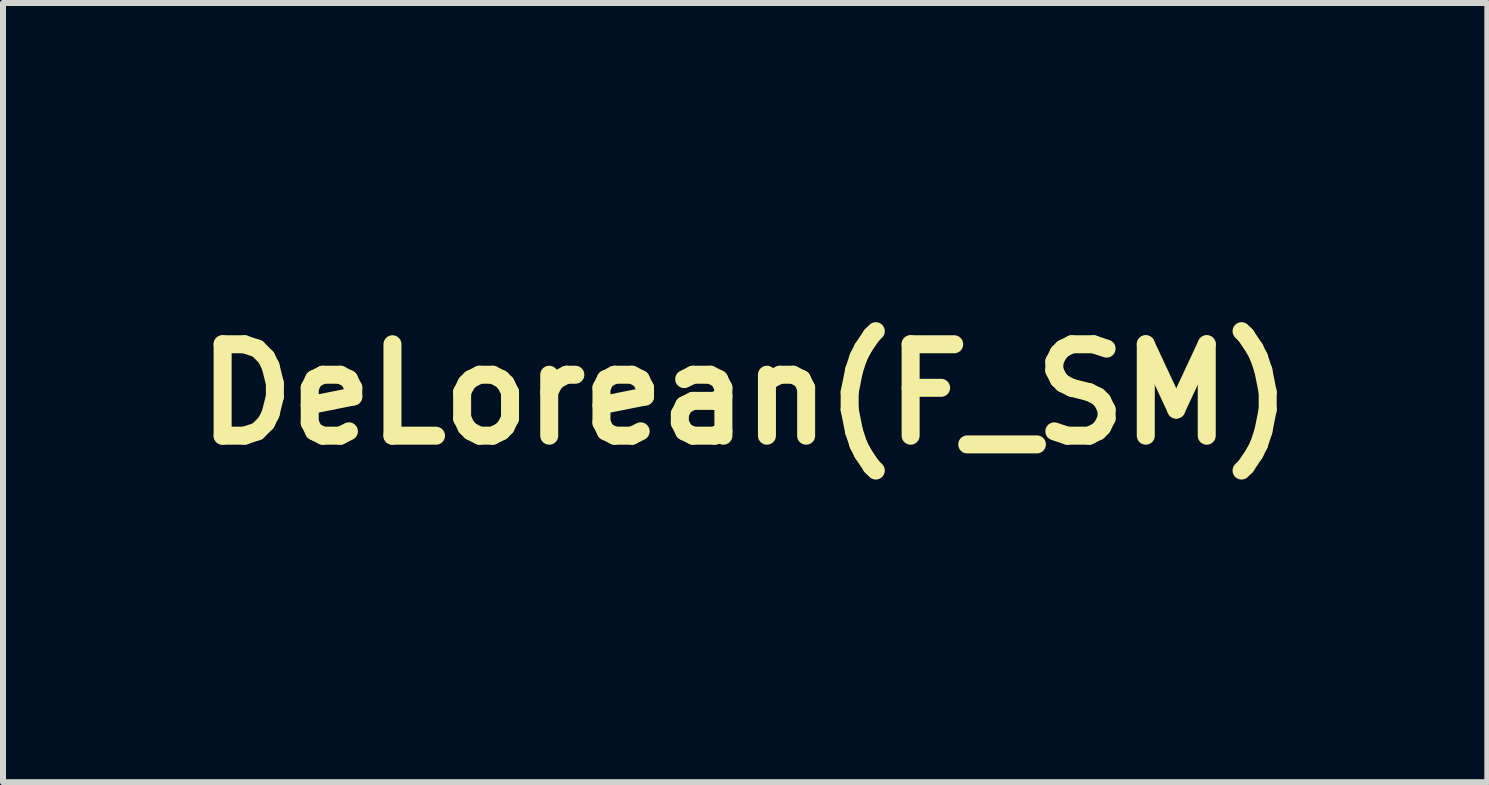
<source format=kicad_pcb>
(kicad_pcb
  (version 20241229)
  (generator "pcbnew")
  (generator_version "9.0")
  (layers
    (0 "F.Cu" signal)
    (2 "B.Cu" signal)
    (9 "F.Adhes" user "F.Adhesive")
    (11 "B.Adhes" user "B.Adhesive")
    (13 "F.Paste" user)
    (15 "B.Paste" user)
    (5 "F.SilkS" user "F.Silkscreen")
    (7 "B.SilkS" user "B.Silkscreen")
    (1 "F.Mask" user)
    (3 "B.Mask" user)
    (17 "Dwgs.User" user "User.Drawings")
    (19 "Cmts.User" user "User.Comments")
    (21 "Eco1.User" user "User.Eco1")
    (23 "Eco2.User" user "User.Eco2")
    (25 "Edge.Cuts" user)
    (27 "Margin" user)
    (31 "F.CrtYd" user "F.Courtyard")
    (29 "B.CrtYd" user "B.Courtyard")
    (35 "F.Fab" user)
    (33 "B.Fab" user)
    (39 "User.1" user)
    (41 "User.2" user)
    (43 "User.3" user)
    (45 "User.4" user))
  (footprint "DeLorean(F_SM)"
    (layer "F.Cu")
    (at 9.369 3.522)
    (property "Reference" "DeLorean(F_SM)" (at 0 0 0) (layer "F.SilkS") (effects (font (size 1.524 1.524) (thickness 0.3))))
    (attr through_hole)
    (fp_poly (pts (xy 3.366 -2.135) (xy 3.386 -2.103) (xy 3.388 -2.067) (xy 3.372 -2.031) (xy 3.37 -2.028) (xy 3.349 -2.003) (xy 2.18 -2.003) (xy 2.16 -2.028) (xy 2.142 -2.064) (xy 2.143 -2.1) (xy 2.161 -2.133) (xy 2.163 -2.135) (xy 2.187 -2.159) (xy 3.342 -2.159) (xy 3.366 -2.135)) (stroke (width 0.01) (type solid)) (fill yes) (layer "F.Mask"))
    (fp_poly (pts (xy -1.32 -1.381) (xy -1.302 -1.345) (xy -1.303 -1.309) (xy -1.321 -1.277) (xy -1.323 -1.274) (xy -1.347 -1.25) (xy -2.406 -1.25) (xy -2.573 -1.25) (xy -2.721 -1.25) (xy -2.852 -1.251) (xy -2.967 -1.251) (xy -3.066 -1.251) (xy -3.152 -1.251) (xy -3.224 -1.252) (xy -3.285 -1.252) (xy -3.336 -1.253) (xy -3.376 -1.254) (xy -3.409 -1.255) (xy -3.433 -1.256) (xy -3.452 -1.258) (xy -3.466 -1.26) (xy -3.475 -1.262) (xy -3.482 -1.265) (xy -3.487 -1.268) (xy -3.491 -1.271) (xy -3.512 -1.298) (xy -3.518 -1.332) (xy -3.509 -1.366) (xy -3.494 -1.386) (xy -3.472 -1.407) (xy -1.34 -1.407) (xy -1.32 -1.381)) (stroke (width 0.01) (type solid)) (fill yes) (layer "F.Mask"))
    (fp_poly (pts (xy -1.698 0.902) (xy -1.638 0.904) (xy -1.579 0.907) (xy -1.526 0.91) (xy -1.482 0.915) (xy -1.452 0.92) (xy -1.44 0.924) (xy -1.419 0.947) (xy -1.411 0.978) (xy -1.415 1.011) (xy -1.432 1.039) (xy -1.452 1.054) (xy -1.472 1.058) (xy -1.51 1.061) (xy -1.567 1.063) (xy -1.641 1.065) (xy -1.699 1.065) (xy -1.771 1.065) (xy -1.826 1.064) (xy -1.867 1.063) (xy -1.896 1.062) (xy -1.916 1.059) (xy -1.93 1.055) (xy -1.94 1.05) (xy -1.948 1.045) (xy -1.966 1.024) (xy -1.973 0.998) (xy -1.973 0.986) (xy -1.97 0.955) (xy -1.958 0.933) (xy -1.935 0.918) (xy -1.898 0.909) (xy -1.857 0.905) (xy -1.812 0.902) (xy -1.758 0.902) (xy -1.698 0.902)) (stroke (width 0.01) (type solid)) (fill yes) (layer "F.Mask"))
    (fp_poly (pts (xy -2.501 -2.323) (xy -2.463 -2.323) (xy -2.44 -2.321) (xy -2.435 -2.32) (xy -2.403 -2.304) (xy -2.382 -2.277) (xy -2.373 -2.244) (xy -2.377 -2.211) (xy -2.396 -2.182) (xy -2.4 -2.179) (xy -2.409 -2.173) (xy -2.42 -2.168) (xy -2.435 -2.164) (xy -2.456 -2.162) (xy -2.487 -2.16) (xy -2.531 -2.159) (xy -2.588 -2.159) (xy -2.653 -2.159) (xy -2.726 -2.159) (xy -2.781 -2.159) (xy -2.822 -2.16) (xy -2.852 -2.162) (xy -2.872 -2.164) (xy -2.886 -2.168) (xy -2.896 -2.173) (xy -2.905 -2.18) (xy -2.908 -2.182) (xy -2.929 -2.212) (xy -2.935 -2.248) (xy -2.925 -2.282) (xy -2.913 -2.298) (xy -2.905 -2.306) (xy -2.896 -2.311) (xy -2.882 -2.315) (xy -2.862 -2.318) (xy -2.833 -2.32) (xy -2.792 -2.321) (xy -2.736 -2.322) (xy -2.674 -2.323) (xy -2.61 -2.324) (xy -2.551 -2.324) (xy -2.501 -2.323)) (stroke (width 0.01) (type solid)) (fill yes) (layer "F.Mask"))
    (fp_poly (pts (xy 0.427 -0.625) (xy 0.503 -0.624) (xy 0.562 -0.623) (xy 0.608 -0.619) (xy 0.642 -0.614) (xy 0.665 -0.606) (xy 0.68 -0.595) (xy 0.689 -0.58) (xy 0.693 -0.562) (xy 0.694 -0.539) (xy 0.694 -0.532) (xy 0.687 -0.501) (xy 0.668 -0.479) (xy 0.66 -0.474) (xy 0.651 -0.469) (xy 0.639 -0.466) (xy 0.621 -0.463) (xy 0.595 -0.462) (xy 0.56 -0.46) (xy 0.512 -0.46) (xy 0.451 -0.459) (xy 0.373 -0.459) (xy 0.322 -0.459) (xy 0.234 -0.459) (xy 0.164 -0.459) (xy 0.109 -0.46) (xy 0.068 -0.461) (xy 0.037 -0.462) (xy 0.015 -0.464) (xy 0.000381 -0.467) (xy -0.01 -0.471) (xy -0.017 -0.476) (xy -0.024 -0.481) (xy -0.043 -0.504) (xy -0.054 -0.528) (xy -0.052 -0.559) (xy -0.035 -0.589) (xy -0.009 -0.612) (xy 0.01 -0.619) (xy 0.028 -0.621) (xy 0.062 -0.622) (xy 0.11 -0.623) (xy 0.17 -0.624) (xy 0.238 -0.625) (xy 0.313 -0.625) (xy 0.334 -0.625) (xy 0.427 -0.625)) (stroke (width 0.01) (type solid)) (fill yes) (layer "F.Mask"))
    (fp_poly (pts (xy -3.308 2.109) (xy -3.298 2.119) (xy -3.292 2.128) (xy -3.287 2.141) (xy -3.285 2.161) (xy -3.283 2.191) (xy -3.283 2.234) (xy -3.282 2.293) (xy -3.282 2.296) (xy -3.282 2.352) (xy -3.282 2.397) (xy -3.284 2.432) (xy -3.291 2.458) (xy -3.304 2.477) (xy -3.325 2.489) (xy -3.356 2.497) (xy -3.399 2.5) (xy -3.456 2.501) (xy -3.53 2.501) (xy -3.602 2.501) (xy -3.877 2.501) (xy -3.897 2.475) (xy -3.905 2.464) (xy -3.91 2.451) (xy -3.914 2.432) (xy -3.916 2.404) (xy -3.917 2.365) (xy -3.917 2.31) (xy -3.917 2.295) (xy -3.917 2.247) (xy -3.761 2.247) (xy -3.761 2.289) (xy -3.76 2.317) (xy -3.756 2.335) (xy -3.754 2.338) (xy -3.743 2.34) (xy -3.715 2.342) (xy -3.675 2.343) (xy -3.626 2.343) (xy -3.596 2.342) (xy -3.444 2.34) (xy -3.441 2.293) (xy -3.438 2.247) (xy -3.761 2.247) (xy -3.917 2.247) (xy -3.917 2.237) (xy -3.917 2.195) (xy -3.915 2.165) (xy -3.912 2.145) (xy -3.907 2.131) (xy -3.9 2.12) (xy -3.894 2.113) (xy -3.87 2.086) (xy -3.333 2.086) (xy -3.308 2.109)) (stroke (width 0.01) (type solid)) (fill yes) (layer "F.Mask"))
    (fp_poly (pts (xy 2.742 2.258) (xy 2.79 2.271) (xy 2.853 2.295) (xy 2.904 2.323) (xy 2.949 2.357) (xy 2.981 2.388) (xy 3.04 2.461) (xy 3.082 2.541) (xy 3.107 2.626) (xy 3.116 2.713) (xy 3.107 2.801) (xy 3.082 2.886) (xy 3.039 2.966) (xy 2.98 3.039) (xy 2.976 3.043) (xy 2.909 3.1) (xy 2.841 3.14) (xy 2.766 3.166) (xy 2.748 3.17) (xy 2.68 3.181) (xy 2.619 3.182) (xy 2.56 3.174) (xy 2.478 3.149) (xy 2.401 3.107) (xy 2.33 3.051) (xy 2.272 2.984) (xy 2.235 2.924) (xy 2.2 2.834) (xy 2.184 2.742) (xy 2.185 2.694) (xy 2.349 2.694) (xy 2.35 2.754) (xy 2.36 2.809) (xy 2.373 2.843) (xy 2.416 2.907) (xy 2.473 2.96) (xy 2.538 2.998) (xy 2.569 3.01) (xy 2.611 3.017) (xy 2.662 3.017) (xy 2.714 3.011) (xy 2.741 3.004) (xy 2.8 2.977) (xy 2.855 2.936) (xy 2.901 2.885) (xy 2.914 2.864) (xy 2.932 2.829) (xy 2.942 2.795) (xy 2.947 2.753) (xy 2.948 2.735) (xy 2.948 2.666) (xy 2.936 2.609) (xy 2.912 2.558) (xy 2.872 2.51) (xy 2.863 2.5) (xy 2.814 2.458) (xy 2.764 2.431) (xy 2.707 2.417) (xy 2.642 2.413) (xy 2.567 2.422) (xy 2.498 2.449) (xy 2.439 2.492) (xy 2.392 2.549) (xy 2.37 2.588) (xy 2.355 2.637) (xy 2.349 2.694) (xy 2.185 2.694) (xy 2.186 2.652) (xy 2.207 2.565) (xy 2.246 2.482) (xy 2.302 2.406) (xy 2.32 2.387) (xy 2.394 2.326) (xy 2.475 2.282) (xy 2.561 2.255) (xy 2.651 2.247) (xy 2.742 2.258)) (stroke (width 0.01) (type solid)) (fill yes) (layer "F.Mask"))
    (fp_poly (pts (xy -2.473 2.35) (xy -2.439 2.352) (xy -2.411 2.357) (xy -2.385 2.366) (xy -2.354 2.38) (xy -2.352 2.381) (xy -2.273 2.428) (xy -2.209 2.489) (xy -2.159 2.561) (xy -2.148 2.582) (xy -2.133 2.615) (xy -2.123 2.642) (xy -2.118 2.669) (xy -2.116 2.702) (xy -2.115 2.747) (xy -2.115 2.755) (xy -2.115 2.802) (xy -2.117 2.836) (xy -2.122 2.863) (xy -2.131 2.888) (xy -2.145 2.92) (xy -2.152 2.933) (xy -2.199 3.009) (xy -2.26 3.071) (xy -2.336 3.121) (xy -2.354 3.13) (xy -2.391 3.145) (xy -2.423 3.155) (xy -2.46 3.16) (xy -2.506 3.162) (xy -2.561 3.162) (xy -2.607 3.158) (xy -2.633 3.152) (xy -2.718 3.114) (xy -2.792 3.06) (xy -2.853 2.992) (xy -2.892 2.926) (xy -2.908 2.894) (xy -2.917 2.868) (xy -2.923 2.842) (xy -2.925 2.81) (xy -2.926 2.766) (xy -2.926 2.755) (xy -2.926 2.754) (xy -2.764 2.754) (xy -2.757 2.821) (xy -2.736 2.878) (xy -2.698 2.927) (xy -2.696 2.93) (xy -2.653 2.966) (xy -2.607 2.987) (xy -2.553 2.997) (xy -2.51 2.997) (xy -2.467 2.994) (xy -2.436 2.988) (xy -2.408 2.976) (xy -2.388 2.965) (xy -2.344 2.929) (xy -2.307 2.881) (xy -2.281 2.828) (xy -2.273 2.795) (xy -2.271 2.729) (xy -2.287 2.667) (xy -2.318 2.612) (xy -2.361 2.566) (xy -2.414 2.531) (xy -2.475 2.512) (xy -2.519 2.508) (xy -2.59 2.517) (xy -2.651 2.543) (xy -2.7 2.582) (xy -2.737 2.634) (xy -2.759 2.697) (xy -2.764 2.754) (xy -2.926 2.754) (xy -2.925 2.707) (xy -2.923 2.673) (xy -2.918 2.646) (xy -2.91 2.62) (xy -2.896 2.589) (xy -2.896 2.589) (xy -2.849 2.51) (xy -2.789 2.446) (xy -2.716 2.396) (xy -2.698 2.386) (xy -2.664 2.37) (xy -2.637 2.359) (xy -2.612 2.353) (xy -2.581 2.35) (xy -2.54 2.35) (xy -2.521 2.349) (xy -2.473 2.35)) (stroke (width 0.01) (type solid)) (fill yes) (layer "F.Mask"))
    (fp_poly (pts (xy 0.63 -3.493) (xy 0.651 -3.461) (xy 0.655 -3.426) (xy 0.643 -3.393) (xy 0.616 -3.368) (xy 0.601 -3.361) (xy 0.585 -3.358) (xy 0.549 -3.356) (xy 0.494 -3.355) (xy 0.419 -3.353) (xy 0.325 -3.352) (xy 0.211 -3.351) (xy 0.078 -3.351) (xy -0.074 -3.351) (xy -0.082 -3.351) (xy -0.193 -3.351) (xy -0.299 -3.351) (xy -0.398 -3.351) (xy -0.488 -3.351) (xy -0.567 -3.351) (xy -0.635 -3.351) (xy -0.688 -3.351) (xy -0.726 -3.351) (xy -0.747 -3.351) (xy -0.751 -3.351) (xy -0.751 -3.344) (xy -0.741 -3.327) (xy -0.721 -3.303) (xy -0.719 -3.3) (xy -0.667 -3.229) (xy -0.622 -3.146) (xy -0.591 -3.06) (xy -0.587 -3.046) (xy -0.569 -2.975) (xy -0.404 -2.972) (xy -0.339 -2.971) (xy -0.285 -2.968) (xy -0.245 -2.964) (xy -0.222 -2.96) (xy -0.218 -2.959) (xy -0.196 -2.938) (xy -0.183 -2.907) (xy -0.183 -2.876) (xy -0.185 -2.869) (xy -0.193 -2.851) (xy -0.204 -2.836) (xy -0.219 -2.826) (xy -0.242 -2.82) (xy -0.276 -2.816) (xy -0.323 -2.813) (xy -0.387 -2.812) (xy -0.4 -2.811) (xy -0.57 -2.809) (xy -0.583 -2.751) (xy -0.606 -2.679) (xy -0.641 -2.603) (xy -0.685 -2.531) (xy -0.712 -2.494) (xy -0.762 -2.433) (xy 0.334 -2.433) (xy 0.362 -2.404) (xy 0.385 -2.372) (xy 0.389 -2.34) (xy 0.373 -2.307) (xy 0.362 -2.295) (xy 0.334 -2.266) (xy -0.461 -2.268) (xy -0.584 -2.268) (xy -0.702 -2.268) (xy -0.814 -2.269) (xy -0.917 -2.269) (xy -1.01 -2.27) (xy -1.092 -2.27) (xy -1.161 -2.271) (xy -1.216 -2.271) (xy -1.255 -2.272) (xy -1.276 -2.273) (xy -1.28 -2.273) (xy -1.359 -2.292) (xy -1.442 -2.323) (xy -1.519 -2.364) (xy -1.581 -2.407) (xy -1.66 -2.485) (xy -1.724 -2.575) (xy -1.773 -2.673) (xy -1.803 -2.779) (xy -1.803 -2.779) (xy -1.814 -2.884) (xy -1.813 -2.903) (xy -1.651 -2.903) (xy -1.643 -2.813) (xy -1.617 -2.723) (xy -1.595 -2.674) (xy -1.546 -2.6) (xy -1.483 -2.538) (xy -1.41 -2.489) (xy -1.329 -2.454) (xy -1.242 -2.435) (xy -1.154 -2.433) (xy -1.066 -2.448) (xy -1.056 -2.451) (xy -0.989 -2.477) (xy -0.932 -2.51) (xy -0.878 -2.556) (xy -0.858 -2.576) (xy -0.801 -2.648) (xy -0.761 -2.723) (xy -0.739 -2.806) (xy -0.733 -2.891) (xy -0.742 -2.988) (xy -0.768 -3.077) (xy -0.812 -3.156) (xy -0.871 -3.225) (xy -0.945 -3.282) (xy -0.994 -3.308) (xy -1.033 -3.326) (xy -1.064 -3.338) (xy -1.096 -3.344) (xy -1.136 -3.348) (xy -1.164 -3.349) (xy -1.256 -3.347) (xy -1.337 -3.33) (xy -1.41 -3.298) (xy -1.479 -3.25) (xy -1.506 -3.226) (xy -1.568 -3.156) (xy -1.613 -3.077) (xy -1.641 -2.992) (xy -1.651 -2.903) (xy -1.813 -2.903) (xy -1.807 -2.986) (xy -1.782 -3.086) (xy -1.742 -3.18) (xy -1.687 -3.266) (xy -1.618 -3.343) (xy -1.537 -3.409) (xy -1.444 -3.461) (xy -1.383 -3.485) (xy -1.304 -3.512) (xy -0.349 -3.515) (xy 0.606 -3.517) (xy 0.63 -3.493)) (stroke (width 0.01) (type solid)) (fill yes) (layer "F.Mask"))
    (fp_poly (pts (xy 2.824 0.293) (xy 2.871 0.294) (xy 2.904 0.295) (xy 2.927 0.297) (xy 2.942 0.301) (xy 2.953 0.306) (xy 2.962 0.314) (xy 2.965 0.317) (xy 2.989 0.341) (xy 2.989 0.868) (xy 3.04 0.93) (xy 3.064 0.959) (xy 3.082 0.981) (xy 3.092 0.994) (xy 3.093 0.995) (xy 3.101 0.991) (xy 3.124 0.978) (xy 3.16 0.959) (xy 3.204 0.933) (xy 3.257 0.903) (xy 3.314 0.869) (xy 3.374 0.834) (xy 3.434 0.799) (xy 3.493 0.764) (xy 3.547 0.732) (xy 3.576 0.715) (xy 3.633 0.685) (xy 3.68 0.671) (xy 3.716 0.672) (xy 3.735 0.683) (xy 3.746 0.697) (xy 3.76 0.726) (xy 3.776 0.762) (xy 3.782 0.778) (xy 3.797 0.814) (xy 3.81 0.842) (xy 3.82 0.858) (xy 3.822 0.86) (xy 3.833 0.855) (xy 3.858 0.842) (xy 3.895 0.821) (xy 3.941 0.795) (xy 3.994 0.765) (xy 4.024 0.747) (xy 4.081 0.715) (xy 4.132 0.686) (xy 4.177 0.663) (xy 4.212 0.645) (xy 4.233 0.636) (xy 4.239 0.635) (xy 4.274 0.643) (xy 4.301 0.664) (xy 4.308 0.673) (xy 4.313 0.688) (xy 4.321 0.719) (xy 4.331 0.761) (xy 4.343 0.812) (xy 4.352 0.852) (xy 4.363 0.905) (xy 4.372 0.948) (xy 4.378 0.986) (xy 4.382 1.022) (xy 4.384 1.061) (xy 4.386 1.106) (xy 4.386 1.164) (xy 4.386 1.232) (xy 4.386 1.452) (xy 4.324 1.605) (xy 4.302 1.656) (xy 4.283 1.702) (xy 4.268 1.738) (xy 4.258 1.761) (xy 4.254 1.769) (xy 4.252 1.783) (xy 4.253 1.811) (xy 4.257 1.849) (xy 4.259 1.871) (xy 4.271 1.962) (xy 4.319 1.992) (xy 4.344 2.008) (xy 4.362 2.023) (xy 4.374 2.039) (xy 4.379 2.06) (xy 4.379 2.088) (xy 4.373 2.126) (xy 4.362 2.177) (xy 4.345 2.244) (xy 4.342 2.254) (xy 4.296 2.437) (xy 4.21 2.521) (xy 4.167 2.561) (xy 4.133 2.589) (xy 4.104 2.608) (xy 4.075 2.621) (xy 4.073 2.622) (xy 4.017 2.642) (xy 3.953 2.665) (xy 3.883 2.69) (xy 3.81 2.716) (xy 3.737 2.743) (xy 3.664 2.769) (xy 3.595 2.794) (xy 3.533 2.817) (xy 3.479 2.837) (xy 3.436 2.853) (xy 3.406 2.864) (xy 3.392 2.869) (xy 3.391 2.87) (xy 3.382 2.882) (xy 3.37 2.908) (xy 3.356 2.943) (xy 3.352 2.956) (xy 3.309 3.058) (xy 3.249 3.151) (xy 3.188 3.224) (xy 3.161 3.253) (xy 3.14 3.276) (xy 3.128 3.291) (xy 3.126 3.293) (xy 3.136 3.294) (xy 3.162 3.295) (xy 3.205 3.296) (xy 3.261 3.296) (xy 3.328 3.297) (xy 3.404 3.297) (xy 3.487 3.297) (xy 3.523 3.297) (xy 3.919 3.297) (xy 3.943 3.325) (xy 3.963 3.36) (xy 3.963 3.395) (xy 3.945 3.428) (xy 3.941 3.433) (xy 3.915 3.458) (xy -4.345 3.458) (xy -4.37 3.433) (xy -4.392 3.4) (xy -4.394 3.365) (xy -4.377 3.33) (xy -4.373 3.325) (xy -4.349 3.297) (xy -3.108 3.292) (xy -2.064 3.292) (xy 2.176 3.292) (xy 2.119 3.232) (xy 2.084 3.193) (xy 2.049 3.148) (xy 2.02 3.106) (xy 2.02 3.105) (xy 1.978 3.038) (xy 0.053 3.038) (xy -1.873 3.038) (xy -1.911 3.104) (xy -1.937 3.144) (xy -1.971 3.189) (xy -2.004 3.229) (xy -2.006 3.231) (xy -2.064 3.292) (xy -3.108 3.292) (xy -2.978 3.292) (xy -3.035 3.23) (xy -3.068 3.191) (xy -3.102 3.147) (xy -3.129 3.106) (xy -3.13 3.104) (xy -3.168 3.038) (xy -3.6 3.038) (xy -3.703 3.038) (xy -3.789 3.038) (xy -3.858 3.038) (xy -3.914 3.037) (xy -3.957 3.036) (xy -3.989 3.035) (xy -4.013 3.033) (xy -4.03 3.031) (xy -4.041 3.028) (xy -4.05 3.024) (xy -4.056 3.019) (xy -4.057 3.019) (xy -4.081 2.99) (xy -4.088 2.958) (xy -4.081 2.927) (xy -4.061 2.9) (xy -4.029 2.88) (xy -3.989 2.872) (xy -3.986 2.872) (xy -3.958 2.872) (xy -4.022 2.766) (xy -4.086 2.66) (xy -4.227 2.593) (xy -4.276 2.569) (xy -4.32 2.547) (xy -4.354 2.527) (xy -4.376 2.512) (xy -4.382 2.507) (xy -4.389 2.487) (xy -4.394 2.452) (xy -4.396 2.408) (xy -4.397 2.36) (xy -4.396 2.318) (xy -4.231 2.318) (xy -4.228 2.365) (xy -4.225 2.413) (xy -4.113 2.466) (xy -4.069 2.487) (xy -4.03 2.506) (xy -4.001 2.521) (xy -3.985 2.529) (xy -3.984 2.53) (xy -3.974 2.541) (xy -3.956 2.566) (xy -3.932 2.603) (xy -3.903 2.648) (xy -3.872 2.699) (xy -3.868 2.706) (xy -3.768 2.872) (xy -3.216 2.872) (xy -3.221 2.799) (xy -3.22 2.708) (xy -3.056 2.708) (xy -3.056 2.779) (xy -3.049 2.851) (xy -3.036 2.914) (xy -3.03 2.936) (xy -2.989 3.022) (xy -2.932 3.102) (xy -2.862 3.17) (xy -2.781 3.227) (xy -2.693 3.267) (xy -2.66 3.278) (xy -2.62 3.285) (xy -2.567 3.289) (xy -2.51 3.291) (xy -2.454 3.289) (xy -2.407 3.284) (xy -2.393 3.282) (xy -2.363 3.272) (xy -2.323 3.257) (xy -2.282 3.239) (xy -2.276 3.236) (xy -2.194 3.185) (xy -2.122 3.118) (xy -2.062 3.04) (xy -2.017 2.951) (xy -1.998 2.891) (xy -1.988 2.839) (xy -1.984 2.776) (xy -1.985 2.71) (xy -1.991 2.65) (xy -1.998 2.618) (xy -2.032 2.525) (xy -2.083 2.44) (xy -2.149 2.365) (xy -2.226 2.303) (xy -2.236 2.297) (xy -1.983 2.297) (xy -1.945 2.353) (xy -1.894 2.436) (xy -1.858 2.518) (xy -1.836 2.602) (xy -1.824 2.695) (xy -1.822 2.757) (xy -1.822 2.872) (xy -1.521 2.872) (xy -1.22 2.872) (xy -1.227 2.837) (xy -1.231 2.818) (xy -1.237 2.782) (xy -1.247 2.734) (xy -1.258 2.675) (xy -1.271 2.609) (xy -1.284 2.541) (xy -1.335 2.281) (xy -1.632 2.284) (xy -1.708 2.285) (xy -1.778 2.286) (xy -1.84 2.288) (xy -1.892 2.289) (xy -1.93 2.29) (xy -1.953 2.292) (xy -1.956 2.292) (xy -1.983 2.297) (xy -2.236 2.297) (xy -2.271 2.278) (xy -1.169 2.278) (xy -1.152 2.367) (xy -1.144 2.407) (xy -1.134 2.46) (xy -1.122 2.523) (xy -1.11 2.589) (xy -1.1 2.643) (xy -1.089 2.702) (xy -1.078 2.755) (xy -1.07 2.8) (xy -1.063 2.833) (xy -1.06 2.85) (xy -1.06 2.85) (xy -1.055 2.872) (xy 0.389 2.872) (xy 0.611 2.872) (xy 1.269 2.872) (xy 1.398 2.872) (xy 1.51 2.872) (xy 1.605 2.872) (xy 1.684 2.871) (xy 1.749 2.871) (xy 1.801 2.87) (xy 1.842 2.869) (xy 1.873 2.868) (xy 1.894 2.866) (xy 1.909 2.864) (xy 1.917 2.862) (xy 1.921 2.859) (xy 1.921 2.856) (xy 1.92 2.856) (xy 1.917 2.839) (xy 1.913 2.809) (xy 1.91 2.77) (xy 1.909 2.756) (xy 1.909 2.7) (xy 2.071 2.7) (xy 2.073 2.782) (xy 2.086 2.855) (xy 2.12 2.951) (xy 2.171 3.039) (xy 2.236 3.118) (xy 2.313 3.185) (xy 2.399 3.237) (xy 2.457 3.261) (xy 2.493 3.274) (xy 2.521 3.282) (xy 2.547 3.287) (xy 2.575 3.289) (xy 2.611 3.289) (xy 2.662 3.289) (xy 2.667 3.288) (xy 2.726 3.286) (xy 2.772 3.281) (xy 2.809 3.274) (xy 2.837 3.265) (xy 2.935 3.219) (xy 3.021 3.158) (xy 3.095 3.084) (xy 3.154 2.997) (xy 3.198 2.901) (xy 3.22 2.823) (xy 3.231 2.724) (xy 3.225 2.626) (xy 3.201 2.531) (xy 3.162 2.442) (xy 3.108 2.361) (xy 3.042 2.288) (xy 2.964 2.228) (xy 2.876 2.18) (xy 2.779 2.149) (xy 2.763 2.145) (xy 2.699 2.134) (xy 2.645 2.131) (xy 2.591 2.135) (xy 2.535 2.144) (xy 2.436 2.175) (xy 2.344 2.222) (xy 2.262 2.284) (xy 2.192 2.36) (xy 2.136 2.446) (xy 2.096 2.542) (xy 2.095 2.542) (xy 2.078 2.617) (xy 2.071 2.7) (xy 1.909 2.7) (xy 1.91 2.644) (xy 1.93 2.532) (xy 1.967 2.423) (xy 2.021 2.32) (xy 2.048 2.28) (xy 2.071 2.248) (xy 2.089 2.222) (xy 2.099 2.207) (xy 2.1 2.204) (xy 2.091 2.203) (xy 2.067 2.203) (xy 2.03 2.204) (xy 1.99 2.205) (xy 1.952 2.206) (xy 1.898 2.207) (xy 1.832 2.208) (xy 1.757 2.21) (xy 1.676 2.212) (xy 1.594 2.213) (xy 1.572 2.214) (xy 1.263 2.22) (xy 0.611 2.872) (xy 0.389 2.872) (xy 0.702 2.552) (xy 0.776 2.477) (xy 0.837 2.415) (xy 0.886 2.364) (xy 0.925 2.324) (xy 0.954 2.292) (xy 0.975 2.269) (xy 0.988 2.252) (xy 0.995 2.241) (xy 0.997 2.235) (xy 0.994 2.231) (xy 0.988 2.229) (xy 0.984 2.229) (xy 0.97 2.229) (xy 0.938 2.229) (xy 0.889 2.229) (xy 0.826 2.23) (xy 0.749 2.231) (xy 0.661 2.233) (xy 0.563 2.235) (xy 0.457 2.237) (xy 0.344 2.239) (xy 0.225 2.241) (xy 0.104 2.244) (xy -0.02 2.246) (xy -0.144 2.249) (xy -0.267 2.252) (xy -0.387 2.254) (xy -0.502 2.257) (xy -0.612 2.26) (xy -0.714 2.262) (xy -0.806 2.264) (xy -0.888 2.267) (xy -0.957 2.268) (xy -1.012 2.27) (xy -1.052 2.271) (xy -1.071 2.272) (xy -1.169 2.278) (xy -2.271 2.278) (xy -2.313 2.255) (xy -2.374 2.233) (xy -2.424 2.223) (xy -2.486 2.218) (xy -2.551 2.218) (xy -2.613 2.223) (xy -2.665 2.232) (xy -2.667 2.233) (xy -2.756 2.269) (xy -2.839 2.32) (xy -2.911 2.385) (xy -2.971 2.461) (xy -3.017 2.544) (xy -3.046 2.634) (xy -3.049 2.645) (xy -3.056 2.708) (xy -3.22 2.708) (xy -3.22 2.688) (xy -3.201 2.58) (xy -3.164 2.477) (xy -3.113 2.381) (xy -3.046 2.293) (xy -2.967 2.216) (xy -2.876 2.151) (xy -2.775 2.1) (xy -2.731 2.084) (xy -2.695 2.073) (xy -2.663 2.065) (xy -2.63 2.061) (xy -2.589 2.059) (xy -2.536 2.058) (xy -2.52 2.057) (xy -2.466 2.058) (xy -2.427 2.059) (xy -2.396 2.062) (xy -2.369 2.067) (xy -2.34 2.076) (xy -2.304 2.089) (xy -2.301 2.091) (xy -2.213 2.125) (xy -1.841 2.122) (xy -1.723 2.121) (xy -1.623 2.12) (xy -1.541 2.118) (xy -1.475 2.116) (xy -1.425 2.114) (xy -1.39 2.111) (xy -1.368 2.108) (xy -1.359 2.105) (xy -1.359 2.095) (xy -1.361 2.068) (xy -1.364 2.03) (xy -1.368 1.981) (xy -1.374 1.928) (xy -1.379 1.871) (xy -1.385 1.816) (xy -1.391 1.765) (xy -1.396 1.722) (xy -1.4 1.691) (xy -1.402 1.673) (xy -1.403 1.671) (xy -1.413 1.672) (xy -1.441 1.673) (xy -1.485 1.676) (xy -1.544 1.68) (xy -1.615 1.686) (xy -1.698 1.692) (xy -1.791 1.699) (xy -1.891 1.707) (xy -1.998 1.716) (xy -2.029 1.718) (xy -2.152 1.728) (xy -2.279 1.739) (xy -2.408 1.749) (xy -2.535 1.76) (xy -2.658 1.77) (xy -2.774 1.779) (xy -2.878 1.788) (xy -2.968 1.795) (xy -3.019 1.799) (xy -3.385 1.829) (xy -3.576 1.881) (xy -3.641 1.899) (xy -3.707 1.918) (xy -3.769 1.935) (xy -3.822 1.95) (xy -3.858 1.961) (xy -3.95 1.988) (xy -3.998 2.096) (xy -4.046 2.205) (xy -4.231 2.318) (xy -4.396 2.318) (xy -4.396 2.313) (xy -4.392 2.272) (xy -4.386 2.242) (xy -4.382 2.231) (xy -4.368 2.218) (xy -4.341 2.198) (xy -4.305 2.174) (xy -4.27 2.153) (xy -4.173 2.095) (xy -4.127 1.988) (xy -4.108 1.944) (xy -4.09 1.906) (xy -4.075 1.878) (xy -4.066 1.864) (xy -4.059 1.859) (xy -4.047 1.853) (xy -4.028 1.846) (xy -4.001 1.836) (xy -3.964 1.825) (xy -3.916 1.81) (xy -3.855 1.792) (xy -3.78 1.771) (xy -3.688 1.745) (xy -3.6 1.72) (xy -3.545 1.705) (xy -3.5 1.693) (xy -3.46 1.683) (xy -3.421 1.676) (xy -3.381 1.67) (xy -3.334 1.665) (xy -3.277 1.659) (xy -3.206 1.653) (xy -3.175 1.651) (xy -3.112 1.646) (xy -3.032 1.639) (xy -2.963 1.634) (xy -1.237 1.634) (xy -1.237 1.644) (xy -1.235 1.671) (xy -1.231 1.712) (xy -1.227 1.764) (xy -1.221 1.825) (xy -1.216 1.871) (xy -1.209 1.937) (xy -1.203 1.995) (xy -1.198 2.044) (xy -1.195 2.081) (xy -1.192 2.103) (xy -1.192 2.108) (xy -1.192 2.108) (xy -1.19 2.109) (xy -1.185 2.11) (xy -1.175 2.11) (xy -1.159 2.11) (xy -1.134 2.109) (xy -1.1 2.109) (xy -1.055 2.108) (xy -0.996 2.107) (xy -0.923 2.105) (xy -0.834 2.103) (xy -0.728 2.101) (xy -0.645 2.099) (xy -0.545 2.097) (xy -0.432 2.094) (xy -0.308 2.091) (xy -0.176 2.089) (xy -0.039 2.086) (xy 0.1 2.083) (xy 0.238 2.08) (xy 0.373 2.077) (xy 0.425 2.076) (xy 0.543 2.073) (xy 0.655 2.071) (xy 0.761 2.068) (xy 0.857 2.066) (xy 0.944 2.064) (xy 1.019 2.062) (xy 1.08 2.06) (xy 1.127 2.059) (xy 1.157 2.057) (xy 1.169 2.057) (xy 1.169 2.057) (xy 1.175 2.049) (xy 1.372 2.049) (xy 1.382 2.05) (xy 1.411 2.05) (xy 1.455 2.05) (xy 1.513 2.05) (xy 1.583 2.049) (xy 1.663 2.048) (xy 1.751 2.046) (xy 1.846 2.044) (xy 1.864 2.044) (xy 1.975 2.041) (xy 2.068 2.039) (xy 2.146 2.037) (xy 2.209 2.034) (xy 2.26 2.032) (xy 2.3 2.03) (xy 2.331 2.028) (xy 2.354 2.025) (xy 2.372 2.021) (xy 2.387 2.018) (xy 2.398 2.014) (xy 2.478 1.991) (xy 2.568 1.978) (xy 2.664 1.975) (xy 2.759 1.981) (xy 2.848 1.998) (xy 2.877 2.006) (xy 2.978 2.048) (xy 3.074 2.107) (xy 3.162 2.181) (xy 3.24 2.266) (xy 3.304 2.361) (xy 3.321 2.392) (xy 3.335 2.425) (xy 3.35 2.469) (xy 3.364 2.52) (xy 3.377 2.571) (xy 3.386 2.616) (xy 3.39 2.649) (xy 3.39 2.654) (xy 3.393 2.676) (xy 3.4 2.686) (xy 3.401 2.687) (xy 3.414 2.683) (xy 3.441 2.675) (xy 3.479 2.662) (xy 3.525 2.646) (xy 3.54 2.641) (xy 3.59 2.623) (xy 3.635 2.607) (xy 3.672 2.593) (xy 3.695 2.584) (xy 3.698 2.583) (xy 3.728 2.571) (xy 3.706 2.384) (xy 3.698 2.322) (xy 3.69 2.264) (xy 3.682 2.213) (xy 3.675 2.175) (xy 3.669 2.152) (xy 3.633 2.075) (xy 3.581 2.004) (xy 3.517 1.943) (xy 3.443 1.895) (xy 3.364 1.862) (xy 3.343 1.856) (xy 3.33 1.853) (xy 3.317 1.851) (xy 3.302 1.849) (xy 3.286 1.847) (xy 3.265 1.845) (xy 3.238 1.844) (xy 3.205 1.844) (xy 3.163 1.843) (xy 3.112 1.843) (xy 3.05 1.844) (xy 2.975 1.844) (xy 2.886 1.845) (xy 2.782 1.846) (xy 2.661 1.848) (xy 2.522 1.85) (xy 1.884 1.858) (xy 1.832 1.832) (xy 1.779 1.799) (xy 1.741 1.758) (xy 1.716 1.708) (xy 1.71 1.684) (xy 1.704 1.642) (xy 1.696 1.584) (xy 1.688 1.51) (xy 1.68 1.423) (xy 1.675 1.368) (xy 1.669 1.294) (xy 1.663 1.226) (xy 1.657 1.168) (xy 1.654 1.133) (xy 1.818 1.133) (xy 1.821 1.151) (xy 1.823 1.168) (xy 1.826 1.202) (xy 1.83 1.248) (xy 1.835 1.304) (xy 1.84 1.367) (xy 1.841 1.392) (xy 1.847 1.474) (xy 1.853 1.539) (xy 1.858 1.589) (xy 1.864 1.626) (xy 1.871 1.652) (xy 1.878 1.67) (xy 1.887 1.681) (xy 1.898 1.687) (xy 1.911 1.689) (xy 1.94 1.691) (xy 1.985 1.692) (xy 2.047 1.693) (xy 2.127 1.693) (xy 2.224 1.692) (xy 2.34 1.691) (xy 2.474 1.689) (xy 2.611 1.688) (xy 2.75 1.686) (xy 2.871 1.684) (xy 2.976 1.683) (xy 3.065 1.682) (xy 3.141 1.682) (xy 3.205 1.683) (xy 3.259 1.684) (xy 3.304 1.687) (xy 3.341 1.69) (xy 3.372 1.695) (xy 3.399 1.7) (xy 3.423 1.708) (xy 3.445 1.716) (xy 3.468 1.727) (xy 3.493 1.738) (xy 3.512 1.748) (xy 3.602 1.803) (xy 3.681 1.872) (xy 3.748 1.954) (xy 3.799 2.046) (xy 3.824 2.11) (xy 3.834 2.15) (xy 3.845 2.203) (xy 3.855 2.263) (xy 3.863 2.324) (xy 3.864 2.326) (xy 3.871 2.391) (xy 3.877 2.439) (xy 3.882 2.472) (xy 3.886 2.493) (xy 3.889 2.505) (xy 3.893 2.51) (xy 3.896 2.511) (xy 3.908 2.508) (xy 3.933 2.499) (xy 3.966 2.488) (xy 3.972 2.485) (xy 4.017 2.467) (xy 4.053 2.444) (xy 4.089 2.412) (xy 4.096 2.405) (xy 4.119 2.381) (xy 4.136 2.36) (xy 4.148 2.339) (xy 4.159 2.312) (xy 4.17 2.275) (xy 4.181 2.234) (xy 4.194 2.185) (xy 4.202 2.152) (xy 4.205 2.131) (xy 4.205 2.118) (xy 4.2 2.11) (xy 4.194 2.105) (xy 4.173 2.091) (xy 4.162 2.086) (xy 4.15 2.08) (xy 4.141 2.068) (xy 4.132 2.049) (xy 4.124 2.02) (xy 4.115 1.978) (xy 4.106 1.923) (xy 4.095 1.85) (xy 4.092 1.829) (xy 4.082 1.767) (xy 4.073 1.71) (xy 4.065 1.663) (xy 4.057 1.628) (xy 4.052 1.608) (xy 4.05 1.605) (xy 4.038 1.6) (xy 4.009 1.591) (xy 3.968 1.58) (xy 3.918 1.568) (xy 3.874 1.559) (xy 3.709 1.523) (xy 3.682 1.556) (xy 3.658 1.581) (xy 3.631 1.599) (xy 3.626 1.602) (xy 3.616 1.604) (xy 3.597 1.606) (xy 3.569 1.607) (xy 3.53 1.609) (xy 3.478 1.61) (xy 3.415 1.611) (xy 3.337 1.611) (xy 3.244 1.611) (xy 3.135 1.611) (xy 3.01 1.611) (xy 2.866 1.611) (xy 2.792 1.61) (xy 2.647 1.61) (xy 2.521 1.609) (xy 2.411 1.609) (xy 2.318 1.608) (xy 2.239 1.607) (xy 2.172 1.606) (xy 2.118 1.605) (xy 2.075 1.604) (xy 2.04 1.603) (xy 2.014 1.601) (xy 1.995 1.599) (xy 1.981 1.597) (xy 1.971 1.595) (xy 1.964 1.592) (xy 1.961 1.59) (xy 1.941 1.571) (xy 1.93 1.551) (xy 1.928 1.535) (xy 1.926 1.502) (xy 1.924 1.457) (xy 1.924 1.446) (xy 2.081 1.446) (xy 2.669 1.448) (xy 2.776 1.449) (xy 2.879 1.449) (xy 2.975 1.45) (xy 3.062 1.451) (xy 3.139 1.451) (xy 3.204 1.452) (xy 3.255 1.452) (xy 3.29 1.453) (xy 3.306 1.453) (xy 3.333 1.453) (xy 3.346 1.45) (xy 3.345 1.447) (xy 3.339 1.444) (xy 3.324 1.44) (xy 3.298 1.433) (xy 3.262 1.424) (xy 3.213 1.413) (xy 3.152 1.399) (xy 3.078 1.382) (xy 2.989 1.362) (xy 2.885 1.339) (xy 2.766 1.313) (xy 2.663 1.29) (xy 3.419 1.29) (xy 3.428 1.294) (xy 3.453 1.301) (xy 3.488 1.309) (xy 3.529 1.318) (xy 3.611 1.335) (xy 3.695 1.353) (xy 3.779 1.371) (xy 3.86 1.389) (xy 3.937 1.407) (xy 4.008 1.424) (xy 4.069 1.439) (xy 4.118 1.451) (xy 4.154 1.461) (xy 4.173 1.468) (xy 4.175 1.469) (xy 4.188 1.476) (xy 4.199 1.475) (xy 4.206 1.465) (xy 4.212 1.444) (xy 4.216 1.411) (xy 4.218 1.363) (xy 4.22 1.299) (xy 4.22 1.226) (xy 4.22 1.145) (xy 4.219 1.08) (xy 4.216 1.028) (xy 4.212 0.985) (xy 4.207 0.948) (xy 4.204 0.931) (xy 4.195 0.894) (xy 4.187 0.866) (xy 4.18 0.851) (xy 4.178 0.85) (xy 4.168 0.855) (xy 4.143 0.868) (xy 4.106 0.889) (xy 4.058 0.916) (xy 4.002 0.948) (xy 3.939 0.984) (xy 3.872 1.022) (xy 3.803 1.062) (xy 3.734 1.103) (xy 3.667 1.142) (xy 3.604 1.179) (xy 3.546 1.212) (xy 3.497 1.242) (xy 3.459 1.265) (xy 3.432 1.281) (xy 3.42 1.289) (xy 3.419 1.29) (xy 2.663 1.29) (xy 2.629 1.283) (xy 2.475 1.249) (xy 2.349 1.221) (xy 2.286 1.207) (xy 2.227 1.194) (xy 2.177 1.183) (xy 2.138 1.174) (xy 2.113 1.169) (xy 2.108 1.167) (xy 2.081 1.16) (xy 2.081 1.446) (xy 1.924 1.446) (xy 1.922 1.402) (xy 1.92 1.341) (xy 1.919 1.328) (xy 1.913 1.126) (xy 1.87 1.116) (xy 1.838 1.111) (xy 1.822 1.116) (xy 1.818 1.133) (xy 1.654 1.133) (xy 1.653 1.12) (xy 1.649 1.086) (xy 1.647 1.071) (xy 2.497 1.071) (xy 2.498 1.082) (xy 2.515 1.091) (xy 2.548 1.1) (xy 2.599 1.111) (xy 2.633 1.118) (xy 2.664 1.125) (xy 2.708 1.134) (xy 2.761 1.146) (xy 2.821 1.16) (xy 2.884 1.174) (xy 2.947 1.188) (xy 3.008 1.202) (xy 3.064 1.214) (xy 3.111 1.225) (xy 3.147 1.233) (xy 3.168 1.239) (xy 3.173 1.24) (xy 3.181 1.235) (xy 3.205 1.222) (xy 3.241 1.202) (xy 3.288 1.175) (xy 3.343 1.143) (xy 3.404 1.108) (xy 3.422 1.098) (xy 3.484 1.061) (xy 3.542 1.028) (xy 3.591 0.999) (xy 3.63 0.976) (xy 3.658 0.96) (xy 3.671 0.952) (xy 3.672 0.952) (xy 3.672 0.941) (xy 3.666 0.921) (xy 3.657 0.898) (xy 3.648 0.879) (xy 3.643 0.874) (xy 3.633 0.877) (xy 3.608 0.89) (xy 3.57 0.91) (xy 3.522 0.936) (xy 3.466 0.968) (xy 3.403 1.005) (xy 3.367 1.025) (xy 3.29 1.071) (xy 3.227 1.107) (xy 3.177 1.135) (xy 3.138 1.155) (xy 3.109 1.169) (xy 3.086 1.177) (xy 3.069 1.18) (xy 3.055 1.179) (xy 3.044 1.176) (xy 3.032 1.166) (xy 3.011 1.145) (xy 2.983 1.114) (xy 2.952 1.078) (xy 2.92 1.039) (xy 2.889 1.001) (xy 2.863 0.968) (xy 2.844 0.942) (xy 2.837 0.93) (xy 2.832 0.916) (xy 2.829 0.894) (xy 2.826 0.86) (xy 2.825 0.814) (xy 2.824 0.752) (xy 2.823 0.676) (xy 2.823 0.448) (xy 2.757 0.451) (xy 2.691 0.454) (xy 2.686 0.694) (xy 2.685 0.76) (xy 2.683 0.819) (xy 2.682 0.869) (xy 2.68 0.906) (xy 2.679 0.929) (xy 2.679 0.934) (xy 2.671 0.94) (xy 2.649 0.955) (xy 2.619 0.977) (xy 2.581 1.004) (xy 2.577 1.007) (xy 2.537 1.035) (xy 2.51 1.056) (xy 2.497 1.071) (xy 1.647 1.071) (xy 1.647 1.069) (xy 1.646 1.067) (xy 1.635 1.066) (xy 1.622 1.069) (xy 1.616 1.072) (xy 1.611 1.077) (xy 1.608 1.086) (xy 1.605 1.102) (xy 1.604 1.127) (xy 1.603 1.164) (xy 1.602 1.214) (xy 1.602 1.28) (xy 1.602 1.327) (xy 1.602 1.578) (xy 1.484 1.81) (xy 1.453 1.872) (xy 1.425 1.929) (xy 1.402 1.977) (xy 1.385 2.014) (xy 1.374 2.039) (xy 1.372 2.049) (xy 1.175 2.049) (xy 1.177 2.047) (xy 1.192 2.023) (xy 1.212 1.986) (xy 1.236 1.941) (xy 1.263 1.889) (xy 1.266 1.884) (xy 1.293 1.83) (xy 1.318 1.781) (xy 1.339 1.74) (xy 1.355 1.711) (xy 1.364 1.696) (xy 1.364 1.695) (xy 1.375 1.677) (xy 1.377 1.667) (xy 1.377 1.665) (xy 1.375 1.664) (xy 1.371 1.663) (xy 1.363 1.662) (xy 1.35 1.662) (xy 1.331 1.662) (xy 1.305 1.662) (xy 1.271 1.664) (xy 1.227 1.666) (xy 1.174 1.668) (xy 1.108 1.671) (xy 1.03 1.675) (xy 0.939 1.68) (xy 0.832 1.686) (xy 0.71 1.692) (xy 0.57 1.7) (xy 0.412 1.708) (xy 0.381 1.71) (xy 0.197 1.72) (xy 0.032 1.728) (xy -0.116 1.736) (xy -0.248 1.743) (xy -0.364 1.749) (xy -0.465 1.755) (xy -0.553 1.759) (xy -0.629 1.763) (xy -0.692 1.766) (xy -0.746 1.769) (xy -0.79 1.77) (xy -0.825 1.772) (xy -0.853 1.772) (xy -0.874 1.773) (xy -0.89 1.772) (xy -0.901 1.772) (xy -0.909 1.771) (xy -0.914 1.77) (xy -0.918 1.768) (xy -0.922 1.767) (xy -0.922 1.766) (xy -0.952 1.741) (xy -0.967 1.709) (xy -0.964 1.675) (xy -0.943 1.642) (xy -0.94 1.639) (xy -0.924 1.626) (xy -0.895 1.604) (xy -0.882 1.594) (xy -0.601 1.594) (xy -0.598 1.598) (xy -0.578 1.599) (xy -0.547 1.598) (xy -0.523 1.596) (xy -0.482 1.593) (xy -0.427 1.59) (xy -0.36 1.586) (xy -0.283 1.582) (xy -0.2 1.578) (xy -0.113 1.573) (xy -0.098 1.573) (xy 0.023 1.567) (xy 0.148 1.56) (xy 0.276 1.554) (xy 0.405 1.547) (xy 0.533 1.541) (xy 0.657 1.534) (xy 0.777 1.528) (xy 0.891 1.522) (xy 0.996 1.517) (xy 1.092 1.511) (xy 1.175 1.507) (xy 1.244 1.503) (xy 1.297 1.5) (xy 1.334 1.498) (xy 1.336 1.498) (xy 1.436 1.492) (xy 1.436 1.283) (xy 1.436 1.214) (xy 1.436 1.163) (xy 1.435 1.126) (xy 1.433 1.101) (xy 1.431 1.086) (xy 1.427 1.078) (xy 1.422 1.075) (xy 1.415 1.075) (xy 1.4 1.075) (xy 1.368 1.076) (xy 1.321 1.077) (xy 1.26 1.079) (xy 1.188 1.081) (xy 1.107 1.084) (xy 1.018 1.087) (xy 0.924 1.09) (xy 0.827 1.093) (xy 0.73 1.096) (xy 0.633 1.1) (xy 0.539 1.103) (xy 0.45 1.106) (xy 0.368 1.108) (xy 0.296 1.111) (xy 0.234 1.113) (xy 0.186 1.115) (xy 0.153 1.116) (xy 0.142 1.116) (xy 0.073 1.12) (xy -0.259 1.352) (xy -0.331 1.403) (xy -0.397 1.45) (xy -0.458 1.492) (xy -0.509 1.529) (xy -0.551 1.558) (xy -0.581 1.58) (xy -0.598 1.592) (xy -0.601 1.594) (xy -0.882 1.594) (xy -0.855 1.575) (xy -0.808 1.541) (xy -0.757 1.505) (xy -0.75 1.5) (xy -0.7 1.465) (xy -0.657 1.434) (xy -0.622 1.409) (xy -0.598 1.391) (xy -0.587 1.382) (xy -0.586 1.382) (xy -0.595 1.384) (xy -0.619 1.392) (xy -0.657 1.406) (xy -0.705 1.424) (xy -0.762 1.446) (xy -0.824 1.469) (xy -0.889 1.495) (xy -0.956 1.521) (xy -1.021 1.546) (xy -1.081 1.57) (xy -1.135 1.591) (xy -1.18 1.609) (xy -1.214 1.623) (xy -1.233 1.632) (xy -1.237 1.634) (xy -2.963 1.634) (xy -2.94 1.632) (xy -2.839 1.624) (xy -2.733 1.615) (xy -2.624 1.606) (xy -2.516 1.597) (xy -2.457 1.593) (xy -2.361 1.585) (xy -2.268 1.577) (xy -2.181 1.57) (xy -2.103 1.564) (xy -2.036 1.558) (xy -1.981 1.554) (xy -1.941 1.55) (xy -1.92 1.549) (xy -1.796 1.539) (xy -1.684 1.53) (xy -1.586 1.522) (xy -1.501 1.515) (xy -1.433 1.508) (xy -1.38 1.503) (xy -1.345 1.498) (xy -1.329 1.495) (xy -1.309 1.488) (xy -1.273 1.474) (xy -1.221 1.453) (xy -1.153 1.427) (xy -1.073 1.395) (xy -0.979 1.359) (xy -0.928 1.339) (xy -0.9 1.327) (xy -0.856 1.31) (xy -0.798 1.287) (xy -0.729 1.26) (xy -0.651 1.229) (xy -0.566 1.196) (xy -0.477 1.161) (xy -0.401 1.131) (xy 0.034 0.959) (xy 0.625 0.938) (xy 0.731 0.935) (xy 0.831 0.931) (xy 0.924 0.927) (xy 1.008 0.924) (xy 1.081 0.921) (xy 1.141 0.918) (xy 1.187 0.916) (xy 1.217 0.914) (xy 1.229 0.913) (xy 1.229 0.913) (xy 1.235 0.905) (xy 1.239 0.883) (xy 1.239 0.846) (xy 1.239 0.828) (xy 1.236 0.747) (xy 1.14 0.742) (xy 1.397 0.742) (xy 1.397 0.909) (xy 1.534 0.909) (xy 1.534 0.742) (xy 1.397 0.742) (xy 1.14 0.742) (xy 1.129 0.742) (xy 1.082 0.739) (xy 1.05 0.736) (xy 1.03 0.732) (xy 1.016 0.725) (xy 1.004 0.715) (xy 1 0.71) (xy 0.98 0.677) (xy 0.98 0.644) (xy 0.988 0.622) (xy 0.995 0.611) (xy 1.002 0.601) (xy 1.011 0.594) (xy 1.025 0.588) (xy 1.046 0.584) (xy 1.074 0.581) (xy 1.113 0.579) (xy 1.164 0.578) (xy 1.229 0.577) (xy 1.311 0.577) (xy 1.395 0.577) (xy 1.759 0.576) (xy 1.783 0.6) (xy 1.804 0.632) (xy 1.807 0.666) (xy 1.795 0.698) (xy 1.769 0.723) (xy 1.731 0.739) (xy 1.7 0.745) (xy 1.7 0.826) (xy 1.7 0.908) (xy 1.737 0.918) (xy 1.764 0.925) (xy 1.804 0.934) (xy 1.855 0.946) (xy 1.913 0.959) (xy 1.975 0.972) (xy 2.038 0.986) (xy 2.098 0.999) (xy 2.151 1.01) (xy 2.196 1.019) (xy 2.229 1.026) (xy 2.246 1.029) (xy 2.246 1.029) (xy 2.263 1.025) (xy 2.29 1.012) (xy 2.328 0.988) (xy 2.38 0.953) (xy 2.401 0.938) (xy 2.53 0.846) (xy 2.53 0.341) (xy 2.554 0.317) (xy 2.563 0.309) (xy 2.573 0.302) (xy 2.586 0.298) (xy 2.605 0.295) (xy 2.634 0.294) (xy 2.676 0.293) (xy 2.733 0.293) (xy 2.76 0.293) (xy 2.824 0.293)) (stroke (width 0.01) (type solid)) (fill yes) (layer "F.Mask")))
  (gr_rect
    (start -3 -3)
    (end 21.738 9.986)
    (stroke (width 0.1) (type default))
    (fill no)
    (layer "Edge.Cuts")))
</source>
